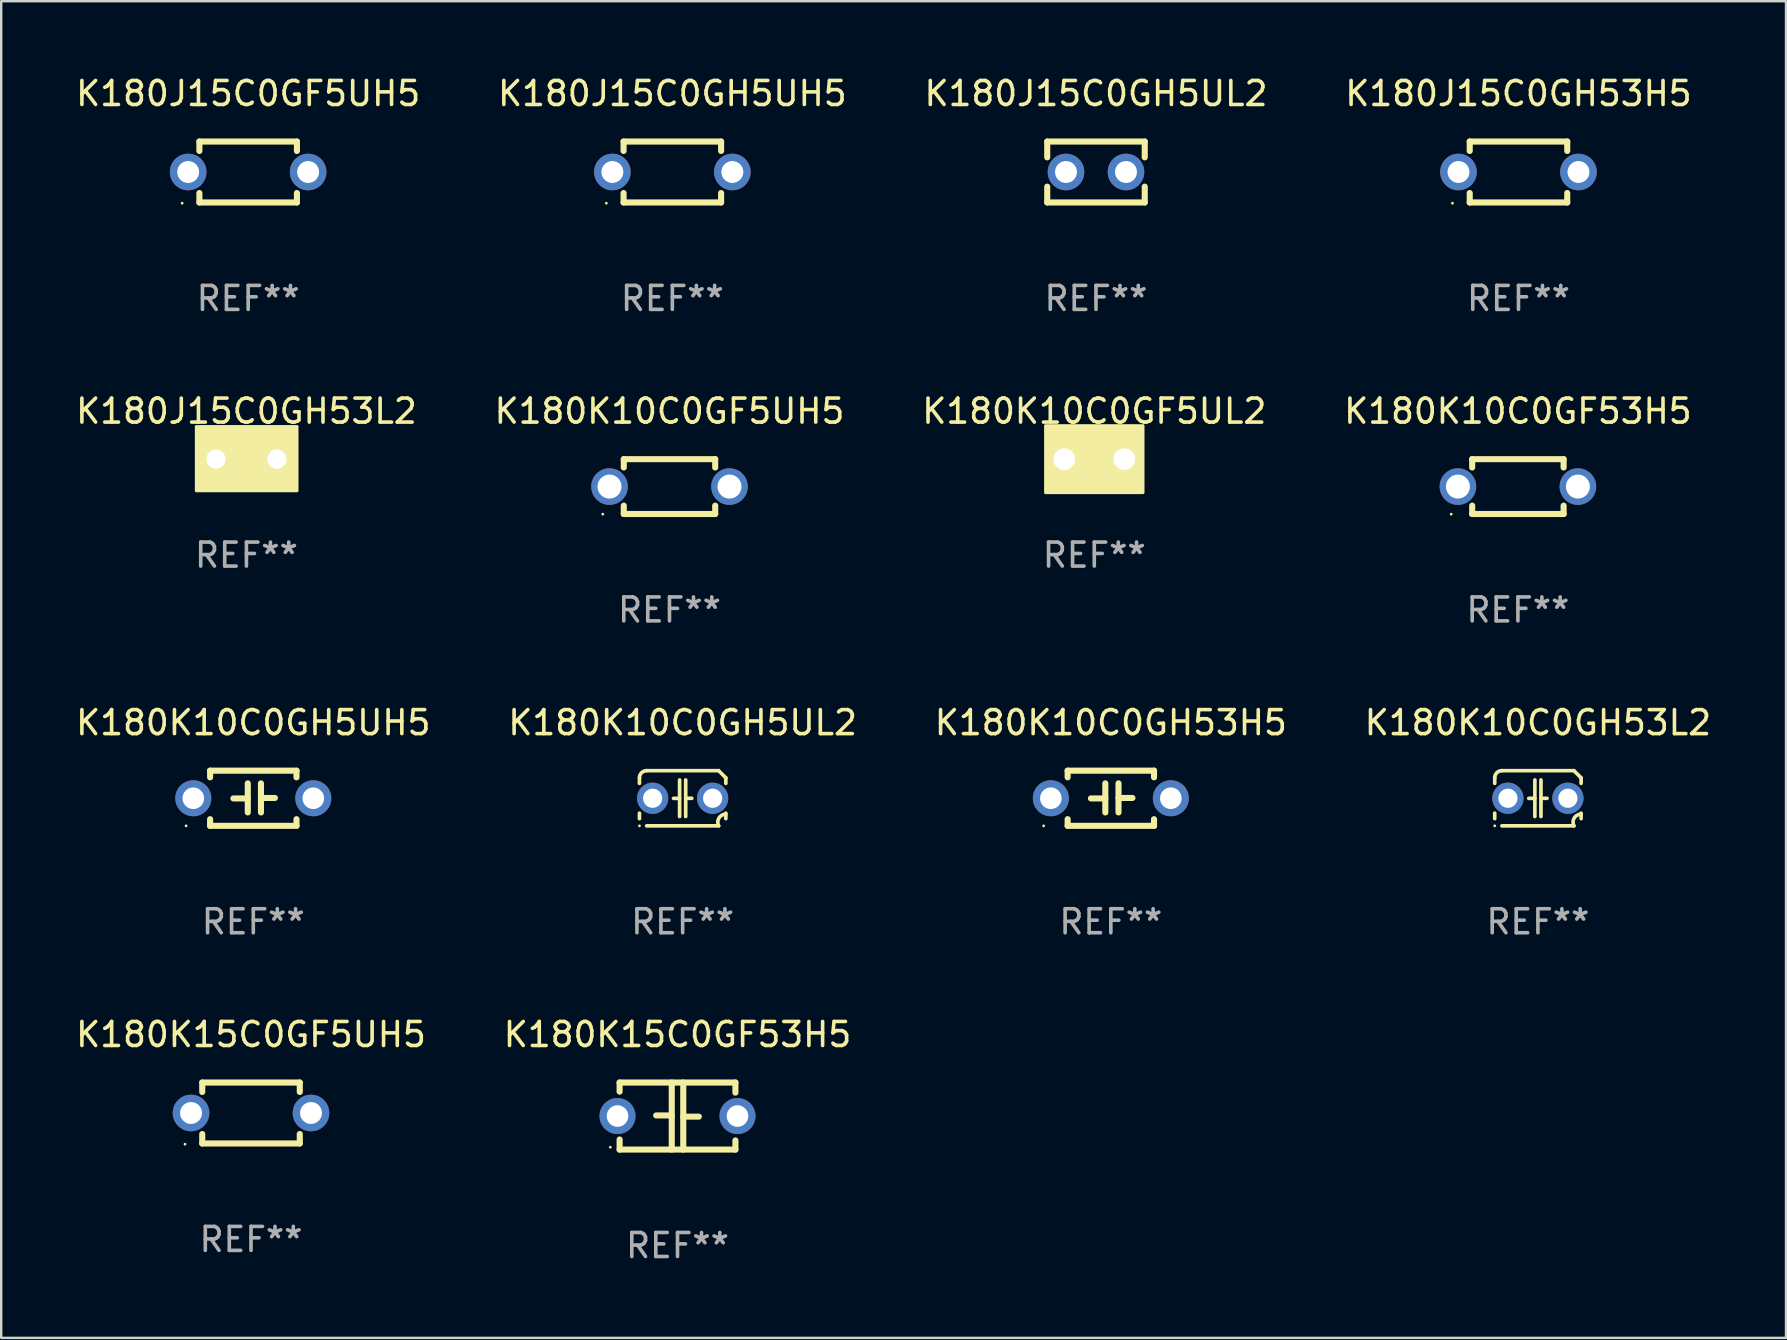
<source format=kicad_pcb>
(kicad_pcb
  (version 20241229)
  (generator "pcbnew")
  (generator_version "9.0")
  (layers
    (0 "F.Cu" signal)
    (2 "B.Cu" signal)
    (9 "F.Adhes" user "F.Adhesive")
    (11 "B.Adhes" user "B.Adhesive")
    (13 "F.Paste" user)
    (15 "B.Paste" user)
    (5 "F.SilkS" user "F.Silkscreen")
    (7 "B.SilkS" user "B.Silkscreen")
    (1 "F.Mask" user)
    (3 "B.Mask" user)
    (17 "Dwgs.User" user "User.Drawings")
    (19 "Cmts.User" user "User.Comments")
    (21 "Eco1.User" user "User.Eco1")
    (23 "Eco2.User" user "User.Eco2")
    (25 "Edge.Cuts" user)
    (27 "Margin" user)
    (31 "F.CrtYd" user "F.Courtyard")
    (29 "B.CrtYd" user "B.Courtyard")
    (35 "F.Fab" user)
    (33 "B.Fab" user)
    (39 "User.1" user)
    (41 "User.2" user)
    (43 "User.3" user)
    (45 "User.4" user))
  (footprint "K180J15C0GH53L2"
    (layer "F.Cu")
    (at 7.22 16.085)
    (property "Reference" "K180J15C0GH53L2" (at 0 -2 0) (layer "F.SilkS") (effects (font (size 1 1) (thickness 0.15))))
    (attr through_hole)
    (fp_circle (center -2 1.3) (end -1.97 1.3) (stroke (width 0.06) (type solid)) (fill no) (layer "F.SilkS"))
    (fp_poly (pts (xy -2.09 -1.36) (xy 2.11 -1.36) (xy 2.11 1.32) (xy -2.09 1.32)) (stroke (width 0.12) (type solid)) (fill yes) (layer "F.SilkS"))
    (fp_text user "REF**" (at 0 4 0) (layer "F.Fab") (effects (font (size 1 1) (thickness 0.15))))
    (pad "1" thru_hole circle (at -1.27 0) (size 1.4 1.4) (drill 0.8) (layers "*.Cu" "*.Mask"))
    (pad "2" thru_hole circle (at 1.27 0) (size 1.4 1.4) (drill 0.8) (layers "*.Cu" "*.Mask")))
  (footprint "K180J15C0GH5UL2"
    (layer "F.Cu")
    (at 42.625 4.118)
    (property "Reference" "K180J15C0GH5UL2" (at 0 -3.27 0) (layer "F.SilkS") (effects (font (size 1 1) (thickness 0.15))))
    (attr through_hole)
    (fp_line (start -2.032 -1.27) (end -2.032 -0.611) (stroke (width 0.254) (type solid)) (layer "F.SilkS"))
    (fp_line (start -2.032 0.611) (end -2.032 1.27) (stroke (width 0.254) (type solid)) (layer "F.SilkS"))
    (fp_line (start -2.032 1.27) (end 2.032 1.27) (stroke (width 0.254) (type solid)) (layer "F.SilkS"))
    (fp_line (start 2.032 -1.27) (end -2.032 -1.27) (stroke (width 0.254) (type solid)) (layer "F.SilkS"))
    (fp_line (start 2.032 -0.611) (end 2.032 -1.27) (stroke (width 0.254) (type solid)) (layer "F.SilkS"))
    (fp_line (start 2.032 1.27) (end 2.032 0.611) (stroke (width 0.254) (type solid)) (layer "F.SilkS"))
    (fp_circle (center -2 1.3) (end -1.97 1.3) (stroke (width 0.06) (type solid)) (fill no) (layer "F.SilkS"))
    (fp_text user "REF**" (at 0 5.27 0) (layer "F.Fab") (effects (font (size 1 1) (thickness 0.15))))
    (pad "1" thru_hole circle (at -1.25 0) (size 1.524 1.524) (drill 0.914) (layers "*.Cu" "*.Mask"))
    (pad "2" thru_hole circle (at 1.25 0) (size 1.524 1.524) (drill 0.914) (layers "*.Cu" "*.Mask")))
  (footprint "K180K10C0GF5UL2"
    (layer "F.Cu")
    (at 42.554 16.085)
    (property "Reference" "K180K10C0GF5UL2" (at 0 -2 0) (layer "F.SilkS") (effects (font (size 1 1) (thickness 0.15))))
    (attr through_hole)
    (fp_circle (center -1.8 1.15) (end -1.77 1.15) (stroke (width 0.06) (type solid)) (fill no) (layer "F.SilkS"))
    (fp_poly (pts (xy -2.032 -1.397) (xy 2.032 -1.397) (xy 2.032 1.397) (xy -2.032 1.397)) (stroke (width 0.12) (type solid)) (fill yes) (layer "F.SilkS"))
    (fp_text user "REF**" (at 0 4 0) (layer "F.Fab") (effects (font (size 1 1) (thickness 0.15))))
    (pad "1" thru_hole circle (at -1.25 0) (size 1.5 1.5) (drill 0.9) (layers "*.Cu" "*.Mask"))
    (pad "2" thru_hole circle (at 1.25 0) (size 1.5 1.5) (drill 0.9) (layers "*.Cu" "*.Mask")))
  (footprint "K180J15C0GH5UH5"
    (layer "F.Cu")
    (at 24.97 4.118)
    (property "Reference" "K180J15C0GH5UH5" (at 0 -3.27 0) (layer "F.SilkS") (effects (font (size 1 1) (thickness 0.15))))
    (attr through_hole)
    (fp_line (start -2.032 -1.27) (end -2.032 -0.876) (stroke (width 0.254) (type solid)) (layer "F.SilkS"))
    (fp_line (start -2.032 0.876) (end -2.032 1.27) (stroke (width 0.254) (type solid)) (layer "F.SilkS"))
    (fp_line (start -2.032 1.27) (end 2.032 1.27) (stroke (width 0.254) (type solid)) (layer "F.SilkS"))
    (fp_line (start 2.032 -1.27) (end -2.032 -1.27) (stroke (width 0.254) (type solid)) (layer "F.SilkS"))
    (fp_line (start 2.032 -0.876) (end 2.032 -1.27) (stroke (width 0.254) (type solid)) (layer "F.SilkS"))
    (fp_line (start 2.032 1.27) (end 2.032 0.876) (stroke (width 0.254) (type solid)) (layer "F.SilkS"))
    (fp_circle (center -2.751 1.3) (end -2.721 1.3) (stroke (width 0.06) (type solid)) (fill no) (layer "F.SilkS"))
    (fp_text user "REF**" (at 0 5.27 0) (layer "F.Fab") (effects (font (size 1 1) (thickness 0.15))))
    (pad "1" thru_hole circle (at -2.5 0) (size 1.524 1.524) (drill 0.914) (layers "*.Cu" "*.Mask"))
    (pad "2" thru_hole circle (at 2.5 0) (size 1.524 1.524) (drill 0.914) (layers "*.Cu" "*.Mask")))
  (footprint "K180K10C0GH5UH5"
    (layer "F.Cu")
    (at 7.506 30.217)
    (property "Reference" "K180K10C0GH5UH5" (at 0 -3.15 0) (layer "F.SilkS") (effects (font (size 1 1) (thickness 0.15))))
    (attr through_hole)
    (fp_line (start -1.8 -1.15) (end -1.8 -0.872) (stroke (width 0.254) (type solid)) (layer "F.SilkS"))
    (fp_line (start -1.8 -1.15) (end 1.8 -1.15) (stroke (width 0.254) (type solid)) (layer "F.SilkS"))
    (fp_line (start -1.8 0.872) (end -1.8 1.15) (stroke (width 0.254) (type solid)) (layer "F.SilkS"))
    (fp_line (start -1.8 1.15) (end 1.8 1.15) (stroke (width 0.254) (type solid)) (layer "F.SilkS"))
    (fp_line (start -0.23 -0.62) (end -0.23 0.59) (stroke (width 0.254) (type solid)) (layer "F.SilkS"))
    (fp_line (start -0.23 0.007) (end -0.83 0.007) (stroke (width 0.254) (type solid)) (layer "F.SilkS"))
    (fp_line (start 0.32 -0.62) (end 0.32 0.59) (stroke (width 0.254) (type solid)) (layer "F.SilkS"))
    (fp_line (start 0.32 -0.012) (end 0.9 -0.012) (stroke (width 0.254) (type solid)) (layer "F.SilkS"))
    (fp_line (start 1.8 -1.15) (end 1.8 -0.872) (stroke (width 0.254) (type solid)) (layer "F.SilkS"))
    (fp_line (start 1.8 0.872) (end 1.8 1.15) (stroke (width 0.254) (type solid)) (layer "F.SilkS"))
    (fp_circle (center -2.8 1.15) (end -2.77 1.15) (stroke (width 0.06) (type solid)) (fill no) (layer "F.SilkS"))
    (fp_text user "REF**" (at 0 5.15 0) (layer "F.Fab") (effects (font (size 1 1) (thickness 0.15))))
    (pad "1" thru_hole circle (at -2.5 0) (size 1.5 1.5) (drill 0.9) (layers "*.Cu" "*.Mask"))
    (pad "2" thru_hole circle (at 2.5 0) (size 1.5 1.5) (drill 0.9) (layers "*.Cu" "*.Mask")))
  (footprint "K180K15C0GF53H5"
    (layer "F.Cu")
    (at 25.185 43.461)
    (property "Reference" "K180K15C0GF53H5" (at 0 -3.397 0) (layer "F.SilkS") (effects (font (size 1 1) (thickness 0.15))))
    (attr through_hole)
    (fp_line (start -2.413 -1.397) (end 2.413 -1.397) (stroke (width 0.254) (type solid)) (layer "F.SilkS"))
    (fp_line (start -2.413 -1.016) (end -2.413 -1.397) (stroke (width 0.254) (type solid)) (layer "F.SilkS"))
    (fp_line (start -2.413 0.977) (end -2.413 1.397) (stroke (width 0.254) (type solid)) (layer "F.SilkS"))
    (fp_line (start -0.24 -0.025) (end -0.889 -0.025) (stroke (width 0.254) (type solid)) (layer "F.SilkS"))
    (fp_line (start -0.24 1.397) (end -0.24 -1.397) (stroke (width 0.254) (type solid)) (layer "F.SilkS"))
    (fp_line (start 0.24 -1.397) (end 0.24 1.397) (stroke (width 0.254) (type solid)) (layer "F.SilkS"))
    (fp_line (start 0.24 0.025) (end 0.889 0.025) (stroke (width 0.254) (type solid)) (layer "F.SilkS"))
    (fp_line (start 2.413 -0.977) (end 2.413 -1.397) (stroke (width 0.254) (type solid)) (layer "F.SilkS"))
    (fp_line (start 2.413 1.016) (end 2.413 1.397) (stroke (width 0.254) (type solid)) (layer "F.SilkS"))
    (fp_line (start 2.413 1.397) (end -2.413 1.397) (stroke (width 0.254) (type solid)) (layer "F.SilkS"))
    (fp_circle (center -2.8 1.3) (end -2.77 1.3) (stroke (width 0.06) (type solid)) (fill no) (layer "F.SilkS"))
    (fp_text user "REF**" (at 0 5.397 0) (layer "F.Fab") (effects (font (size 1 1) (thickness 0.15))))
    (pad "1" thru_hole circle (at -2.5 0) (size 1.5 1.5) (drill 0.9) (layers "*.Cu" "*.Mask"))
    (pad "2" thru_hole circle (at 2.5 0) (size 1.5 1.5) (drill 0.9) (layers "*.Cu" "*.Mask")))
  (footprint "K180K10C0GF5UH5"
    (layer "F.Cu")
    (at 24.851 17.228)
    (property "Reference" "K180K10C0GF5UH5" (at 0 -3.143 0) (layer "F.SilkS") (effects (font (size 1 1) (thickness 0.15))))
    (attr through_hole)
    (fp_line (start -1.905 -1.143) (end 1.905 -1.143) (stroke (width 0.254) (type solid)) (layer "F.SilkS"))
    (fp_line (start -1.905 -0.795) (end -1.905 -1.143) (stroke (width 0.254) (type solid)) (layer "F.SilkS"))
    (fp_line (start -1.905 1.143) (end -1.905 0.795) (stroke (width 0.254) (type solid)) (layer "F.SilkS"))
    (fp_line (start 1.905 -1.143) (end 1.905 -0.795) (stroke (width 0.254) (type solid)) (layer "F.SilkS"))
    (fp_line (start 1.905 0.795) (end 1.905 1.143) (stroke (width 0.254) (type solid)) (layer "F.SilkS"))
    (fp_line (start 1.905 1.143) (end -1.905 1.143) (stroke (width 0.254) (type solid)) (layer "F.SilkS"))
    (fp_circle (center -2.781 1.15) (end -2.751 1.15) (stroke (width 0.06) (type solid)) (fill no) (layer "F.SilkS"))
    (fp_text user "REF**" (at 0 5.143 0) (layer "F.Fab") (effects (font (size 1 1) (thickness 0.15))))
    (pad "1" thru_hole circle (at -2.5 0) (size 1.524 1.524) (drill 1) (layers "*.Cu" "*.Mask"))
    (pad "2" thru_hole circle (at 2.5 0) (size 1.524 1.524) (drill 1) (layers "*.Cu" "*.Mask")))
  (footprint "K180K10C0GH53L2"
    (layer "F.Cu")
    (at 61.042 30.217)
    (property "Reference" "K180K10C0GH53L2" (at 0 -3.15 0) (layer "F.SilkS") (effects (font (size 1 1) (thickness 0.15))))
    (attr through_hole)
    (fp_line (start -1.8 -0.621) (end -1.8 -0.85) (stroke (width 0.152) (type solid)) (layer "F.SilkS"))
    (fp_line (start -1.8 0.85) (end -1.8 0.621) (stroke (width 0.152) (type solid)) (layer "F.SilkS"))
    (fp_line (start -1.5 -1.15) (end 1.5 -1.15) (stroke (width 0.152) (type solid)) (layer "F.SilkS"))
    (fp_line (start -0.127 -0.762) (end -0.127 0.762) (stroke (width 0.152) (type solid)) (layer "F.SilkS"))
    (fp_line (start -0.127 0.005) (end -0.381 0.005) (stroke (width 0.152) (type solid)) (layer "F.SilkS"))
    (fp_line (start 0.127 -0.762) (end 0.127 0.762) (stroke (width 0.152) (type solid)) (layer "F.SilkS"))
    (fp_line (start 0.127 0.002) (end 0.381 0.002) (stroke (width 0.152) (type solid)) (layer "F.SilkS"))
    (fp_line (start 1.5 1.15) (end -1.5 1.15) (stroke (width 0.152) (type solid)) (layer "F.SilkS"))
    (fp_line (start 1.8 -0.85) (end 1.8 -0.621) (stroke (width 0.152) (type solid)) (layer "F.SilkS"))
    (fp_line (start 1.8 0.621) (end 1.8 0.85) (stroke (width 0.152) (type solid)) (layer "F.SilkS"))
    (fp_arc (start -1.799975 -0.849987) (mid -1.712107 -1.062119) (end -1.499975 -1.149987) (stroke (width 0.151994) (type solid)) (layer "F.SilkS"))
    (fp_arc (start 1.499975 1.149987) (mid 1.513726 0.822359) (end 1.799975 0.662387) (stroke (width 0.151994) (type solid)) (layer "F.SilkS"))
    (fp_arc (start 1.500001 -1.149986) (mid 1.650015 -1.000001) (end 1.8 -0.849987) (stroke (width 0.151994) (type solid)) (layer "F.SilkS"))
    (fp_circle (center -1.8 1.15) (end -1.77 1.15) (stroke (width 0.06) (type solid)) (fill no) (layer "F.SilkS"))
    (fp_text user "REF**" (at 0 5.15 0) (layer "F.Fab") (effects (font (size 1 1) (thickness 0.15))))
    (pad "1" thru_hole circle (at -1.25 0) (size 1.3 1.3) (drill 0.8) (layers "*.Cu" "*.Mask"))
    (pad "2" thru_hole circle (at 1.25 0) (size 1.3 1.3) (drill 0.8) (layers "*.Cu" "*.Mask")))
  (footprint "K180K10C0GH5UL2"
    (layer "F.Cu")
    (at 25.399 30.217)
    (property "Reference" "K180K10C0GH5UL2" (at 0 -3.15 0) (layer "F.SilkS") (effects (font (size 1 1) (thickness 0.15))))
    (attr through_hole)
    (fp_line (start -1.8 -0.621) (end -1.8 -0.85) (stroke (width 0.152) (type solid)) (layer "F.SilkS"))
    (fp_line (start -1.8 0.85) (end -1.8 0.621) (stroke (width 0.152) (type solid)) (layer "F.SilkS"))
    (fp_line (start -1.5 -1.15) (end 1.5 -1.15) (stroke (width 0.152) (type solid)) (layer "F.SilkS"))
    (fp_line (start -0.127 -0.762) (end -0.127 0.762) (stroke (width 0.152) (type solid)) (layer "F.SilkS"))
    (fp_line (start -0.127 0.005) (end -0.381 0.005) (stroke (width 0.152) (type solid)) (layer "F.SilkS"))
    (fp_line (start 0.127 -0.762) (end 0.127 0.762) (stroke (width 0.152) (type solid)) (layer "F.SilkS"))
    (fp_line (start 0.127 0.002) (end 0.381 0.002) (stroke (width 0.152) (type solid)) (layer "F.SilkS"))
    (fp_line (start 1.5 1.15) (end -1.5 1.15) (stroke (width 0.152) (type solid)) (layer "F.SilkS"))
    (fp_line (start 1.8 -0.85) (end 1.8 -0.621) (stroke (width 0.152) (type solid)) (layer "F.SilkS"))
    (fp_line (start 1.8 0.621) (end 1.8 0.85) (stroke (width 0.152) (type solid)) (layer "F.SilkS"))
    (fp_arc (start -1.799975 -0.849987) (mid -1.712107 -1.062119) (end -1.499975 -1.149987) (stroke (width 0.151994) (type solid)) (layer "F.SilkS"))
    (fp_arc (start 1.499975 1.149987) (mid 1.513726 0.822359) (end 1.799975 0.662387) (stroke (width 0.151994) (type solid)) (layer "F.SilkS"))
    (fp_arc (start 1.500001 -1.149986) (mid 1.650015 -1.000001) (end 1.8 -0.849987) (stroke (width 0.151994) (type solid)) (layer "F.SilkS"))
    (fp_circle (center -1.8 1.15) (end -1.77 1.15) (stroke (width 0.06) (type solid)) (fill no) (layer "F.SilkS"))
    (fp_text user "REF**" (at 0 5.15 0) (layer "F.Fab") (effects (font (size 1 1) (thickness 0.15))))
    (pad "1" thru_hole circle (at -1.25 0) (size 1.3 1.3) (drill 0.8) (layers "*.Cu" "*.Mask"))
    (pad "2" thru_hole circle (at 1.25 0) (size 1.3 1.3) (drill 0.8) (layers "*.Cu" "*.Mask")))
  (footprint "K180K15C0GF5UH5"
    (layer "F.Cu")
    (at 7.411 43.334)
    (property "Reference" "K180K15C0GF5UH5" (at 0 -3.27 0) (layer "F.SilkS") (effects (font (size 1 1) (thickness 0.15))))
    (attr through_hole)
    (fp_line (start -2.032 -1.27) (end -2.032 -0.876) (stroke (width 0.254) (type solid)) (layer "F.SilkS"))
    (fp_line (start -2.032 0.876) (end -2.032 1.27) (stroke (width 0.254) (type solid)) (layer "F.SilkS"))
    (fp_line (start -2.032 1.27) (end 2.032 1.27) (stroke (width 0.254) (type solid)) (layer "F.SilkS"))
    (fp_line (start 2.032 -1.27) (end -2.032 -1.27) (stroke (width 0.254) (type solid)) (layer "F.SilkS"))
    (fp_line (start 2.032 -0.876) (end 2.032 -1.27) (stroke (width 0.254) (type solid)) (layer "F.SilkS"))
    (fp_line (start 2.032 1.27) (end 2.032 0.876) (stroke (width 0.254) (type solid)) (layer "F.SilkS"))
    (fp_circle (center -2.751 1.3) (end -2.721 1.3) (stroke (width 0.06) (type solid)) (fill no) (layer "F.SilkS"))
    (fp_text user "REF**" (at 0 5.27 0) (layer "F.Fab") (effects (font (size 1 1) (thickness 0.15))))
    (pad "1" thru_hole circle (at -2.5 0) (size 1.524 1.524) (drill 0.914) (layers "*.Cu" "*.Mask"))
    (pad "2" thru_hole circle (at 2.5 0) (size 1.524 1.524) (drill 0.914) (layers "*.Cu" "*.Mask")))
  (footprint "K180J15C0GH53H5"
    (layer "F.Cu")
    (at 60.232 4.118)
    (property "Reference" "K180J15C0GH53H5" (at 0 -3.27 0) (layer "F.SilkS") (effects (font (size 1 1) (thickness 0.15))))
    (attr through_hole)
    (fp_line (start -2.032 -1.27) (end -2.032 -0.876) (stroke (width 0.254) (type solid)) (layer "F.SilkS"))
    (fp_line (start -2.032 0.876) (end -2.032 1.27) (stroke (width 0.254) (type solid)) (layer "F.SilkS"))
    (fp_line (start -2.032 1.27) (end 2.032 1.27) (stroke (width 0.254) (type solid)) (layer "F.SilkS"))
    (fp_line (start 2.032 -1.27) (end -2.032 -1.27) (stroke (width 0.254) (type solid)) (layer "F.SilkS"))
    (fp_line (start 2.032 -0.876) (end 2.032 -1.27) (stroke (width 0.254) (type solid)) (layer "F.SilkS"))
    (fp_line (start 2.032 1.27) (end 2.032 0.876) (stroke (width 0.254) (type solid)) (layer "F.SilkS"))
    (fp_circle (center -2.751 1.3) (end -2.721 1.3) (stroke (width 0.06) (type solid)) (fill no) (layer "F.SilkS"))
    (fp_text user "REF**" (at 0 5.27 0) (layer "F.Fab") (effects (font (size 1 1) (thickness 0.15))))
    (pad "1" thru_hole circle (at -2.5 0) (size 1.524 1.524) (drill 0.914) (layers "*.Cu" "*.Mask"))
    (pad "2" thru_hole circle (at 2.5 0) (size 1.524 1.524) (drill 0.914) (layers "*.Cu" "*.Mask")))
  (footprint "K180K10C0GH53H5"
    (layer "F.Cu")
    (at 43.244 30.217)
    (property "Reference" "K180K10C0GH53H5" (at 0 -3.15 0) (layer "F.SilkS") (effects (font (size 1 1) (thickness 0.15))))
    (attr through_hole)
    (fp_line (start -1.8 -1.15) (end -1.8 -0.872) (stroke (width 0.254) (type solid)) (layer "F.SilkS"))
    (fp_line (start -1.8 -1.15) (end 1.8 -1.15) (stroke (width 0.254) (type solid)) (layer "F.SilkS"))
    (fp_line (start -1.8 0.872) (end -1.8 1.15) (stroke (width 0.254) (type solid)) (layer "F.SilkS"))
    (fp_line (start -1.8 1.15) (end 1.8 1.15) (stroke (width 0.254) (type solid)) (layer "F.SilkS"))
    (fp_line (start -0.23 -0.62) (end -0.23 0.59) (stroke (width 0.254) (type solid)) (layer "F.SilkS"))
    (fp_line (start -0.23 0.007) (end -0.83 0.007) (stroke (width 0.254) (type solid)) (layer "F.SilkS"))
    (fp_line (start 0.32 -0.62) (end 0.32 0.59) (stroke (width 0.254) (type solid)) (layer "F.SilkS"))
    (fp_line (start 0.32 -0.012) (end 0.9 -0.012) (stroke (width 0.254) (type solid)) (layer "F.SilkS"))
    (fp_line (start 1.8 -1.15) (end 1.8 -0.872) (stroke (width 0.254) (type solid)) (layer "F.SilkS"))
    (fp_line (start 1.8 0.872) (end 1.8 1.15) (stroke (width 0.254) (type solid)) (layer "F.SilkS"))
    (fp_circle (center -2.8 1.15) (end -2.77 1.15) (stroke (width 0.06) (type solid)) (fill no) (layer "F.SilkS"))
    (fp_text user "REF**" (at 0 5.15 0) (layer "F.Fab") (effects (font (size 1 1) (thickness 0.15))))
    (pad "1" thru_hole circle (at -2.5 0) (size 1.5 1.5) (drill 0.9) (layers "*.Cu" "*.Mask"))
    (pad "2" thru_hole circle (at 2.5 0) (size 1.5 1.5) (drill 0.9) (layers "*.Cu" "*.Mask")))
  (footprint "K180K10C0GF53H5"
    (layer "F.Cu")
    (at 60.208 17.228)
    (property "Reference" "K180K10C0GF53H5" (at 0 -3.143 0) (layer "F.SilkS") (effects (font (size 1 1) (thickness 0.15))))
    (attr through_hole)
    (fp_line (start -1.905 -1.143) (end 1.905 -1.143) (stroke (width 0.254) (type solid)) (layer "F.SilkS"))
    (fp_line (start -1.905 -0.795) (end -1.905 -1.143) (stroke (width 0.254) (type solid)) (layer "F.SilkS"))
    (fp_line (start -1.905 1.143) (end -1.905 0.795) (stroke (width 0.254) (type solid)) (layer "F.SilkS"))
    (fp_line (start 1.905 -1.143) (end 1.905 -0.795) (stroke (width 0.254) (type solid)) (layer "F.SilkS"))
    (fp_line (start 1.905 0.795) (end 1.905 1.143) (stroke (width 0.254) (type solid)) (layer "F.SilkS"))
    (fp_line (start 1.905 1.143) (end -1.905 1.143) (stroke (width 0.254) (type solid)) (layer "F.SilkS"))
    (fp_circle (center -2.781 1.15) (end -2.751 1.15) (stroke (width 0.06) (type solid)) (fill no) (layer "F.SilkS"))
    (fp_text user "REF**" (at 0 5.143 0) (layer "F.Fab") (effects (font (size 1 1) (thickness 0.15))))
    (pad "1" thru_hole circle (at -2.5 0) (size 1.524 1.524) (drill 1) (layers "*.Cu" "*.Mask"))
    (pad "2" thru_hole circle (at 2.5 0) (size 1.524 1.524) (drill 1) (layers "*.Cu" "*.Mask")))
  (footprint "K180J15C0GF5UH5"
    (layer "F.Cu")
    (at 7.292 4.118)
    (property "Reference" "K180J15C0GF5UH5" (at 0 -3.27 0) (layer "F.SilkS") (effects (font (size 1 1) (thickness 0.15))))
    (attr through_hole)
    (fp_line (start -2.032 -1.27) (end -2.032 -0.876) (stroke (width 0.254) (type solid)) (layer "F.SilkS"))
    (fp_line (start -2.032 0.876) (end -2.032 1.27) (stroke (width 0.254) (type solid)) (layer "F.SilkS"))
    (fp_line (start -2.032 1.27) (end 2.032 1.27) (stroke (width 0.254) (type solid)) (layer "F.SilkS"))
    (fp_line (start 2.032 -1.27) (end -2.032 -1.27) (stroke (width 0.254) (type solid)) (layer "F.SilkS"))
    (fp_line (start 2.032 -0.876) (end 2.032 -1.27) (stroke (width 0.254) (type solid)) (layer "F.SilkS"))
    (fp_line (start 2.032 1.27) (end 2.032 0.876) (stroke (width 0.254) (type solid)) (layer "F.SilkS"))
    (fp_circle (center -2.751 1.3) (end -2.721 1.3) (stroke (width 0.06) (type solid)) (fill no) (layer "F.SilkS"))
    (fp_text user "REF**" (at 0 5.27 0) (layer "F.Fab") (effects (font (size 1 1) (thickness 0.15))))
    (pad "1" thru_hole circle (at -2.5 0) (size 1.524 1.524) (drill 0.914) (layers "*.Cu" "*.Mask"))
    (pad "2" thru_hole circle (at 2.5 0) (size 1.524 1.524) (drill 0.914) (layers "*.Cu" "*.Mask")))
  (gr_rect
    (start -3 -3)
    (end 71.381 52.706)
    (stroke (width 0.1) (type default))
    (fill no)
    (layer "Edge.Cuts")))
</source>
